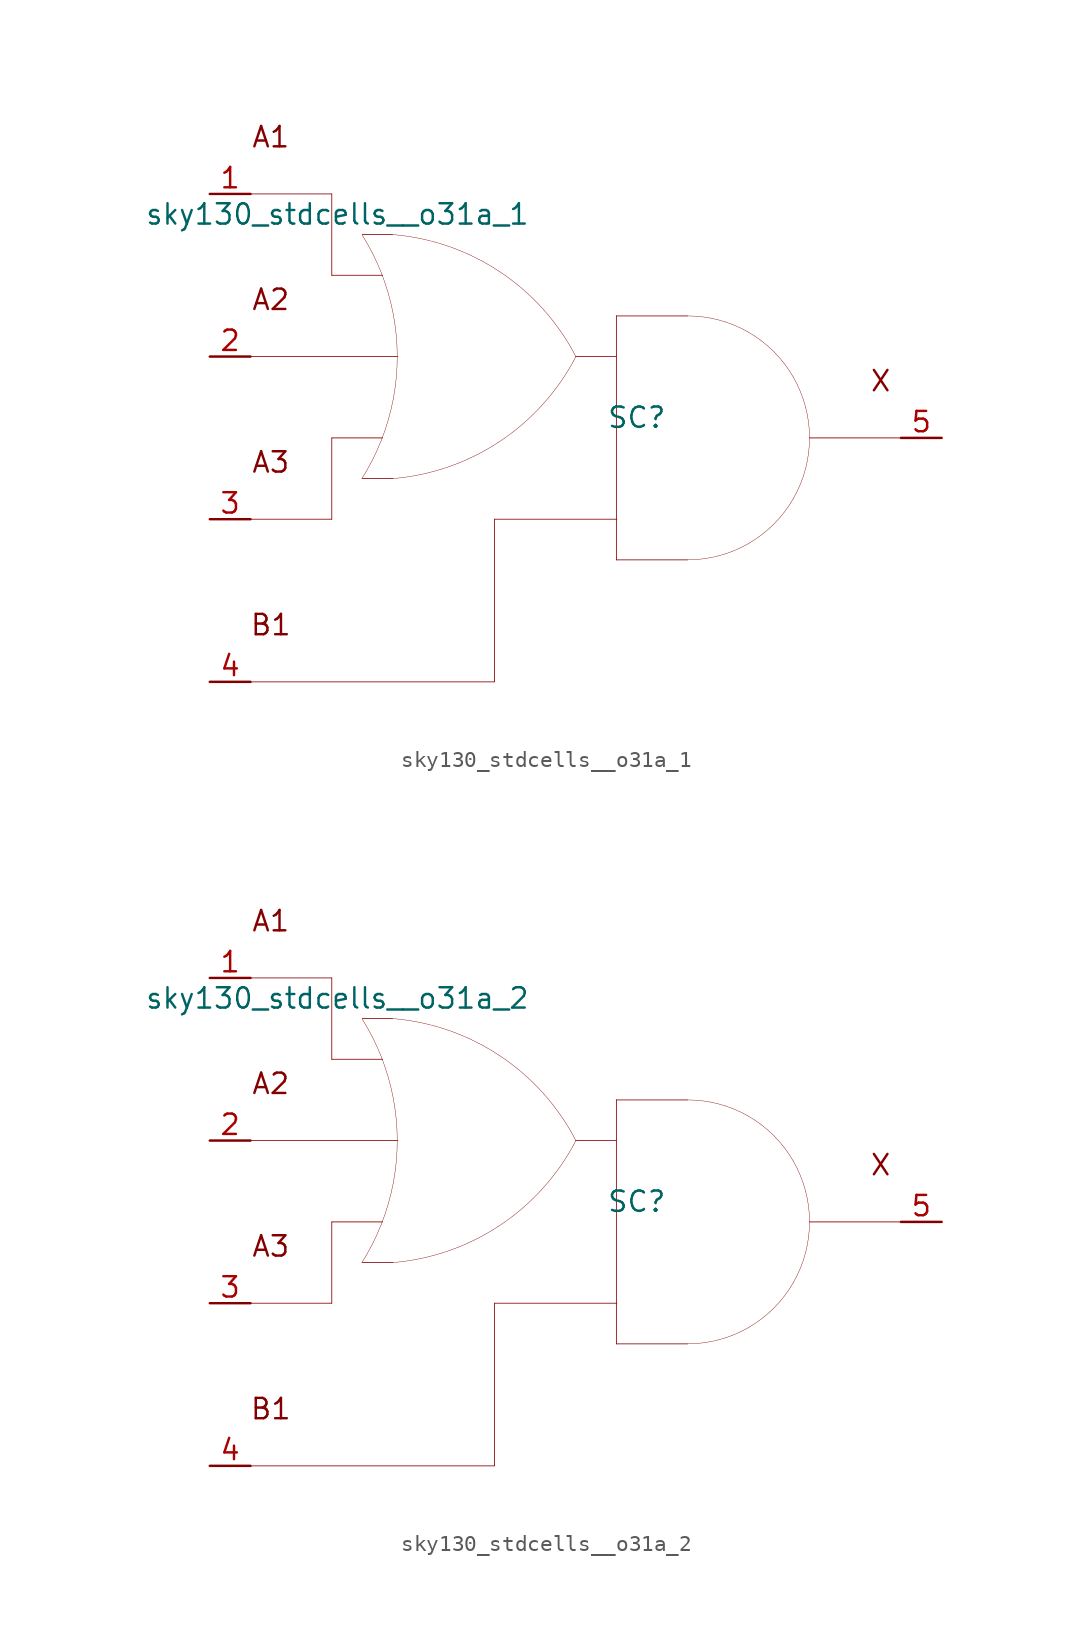
<source format=kicad_sym>
(kicad_symbol_lib
  (version 20211014)
  (generator kicad_symbol_editor)
  (symbol "sky130_stdcells__o31a_1"
    (pin_names hide)
    (property "Reference" "SC"
      (at 3.81 1.27 0)
      (effects (font (size 1.27 1.27))))
    (property "Value" "sky130_stdcells__o31a_1"
      (at -2.845 13.97 0)
      (effects (font (size 1.27 1.27)) (justify right)))
    (symbol "sky130_stdcells__o31a_1_0_0"
      (arc (start -13.3555 -2.5342) (mid -12.698 -1.378) (end -12.1512 -0.1656) (stroke (width 0.0254) (type default) (color 0 0 0 0)) (fill (type none)))
      (arc (start -12.1512 -0.1656) (mid -11.7163 1.1045) (end -11.403 2.4099) (stroke (width 0.0254) (type default) (color 0 0 0 0)) (fill (type none)))
      (arc (start -12.133 10.2793) (mid -12.6812 11.5048) (end -13.3423 12.6732) (stroke (width 0.0254) (type default) (color 0 0 0 0)) (fill (type none)))
      (arc (start -11.435 -2.5431) (mid -4.741 -0.2186) (end -0.0041 5.0516) (stroke (width 0.0254) (type default) (color 0 0 0 0)) (fill (type none)))
      (arc (start -11.403 2.4099) (mid -11.2138 3.739) (end -11.1506 5.08) (stroke (width 0.0254) (type default) (color 0 0 0 0)) (fill (type none)))
      (arc (start -11.3984 7.7256) (mid -11.7061 9.0196) (end -12.133 10.2793) (stroke (width 0.0254) (type default) (color 0 0 0 0)) (fill (type none)))
      (arc (start -11.1506 5.08) (mid -11.2127 6.4086) (end -11.3984 7.7256) (stroke (width 0.0254) (type default) (color 0 0 0 0)) (fill (type none)))
      (polyline (pts (xy -20.32 -15.24) (xy -5.08 -15.24)) (stroke (width 0.051) (type default) (color 0 0 0 0)) (fill (type none)))
      (polyline (pts (xy -20.32 -5.08) (xy -15.24 -5.08)) (stroke (width 0.051) (type default) (color 0 0 0 0)) (fill (type none)))
      (polyline (pts (xy -20.32 5.08) (xy -11.125 5.08)) (stroke (width 0.051) (type default) (color 0 0 0 0)) (fill (type none)))
      (polyline (pts (xy -20.32 15.24) (xy -15.24 15.24)) (stroke (width 0.051) (type default) (color 0 0 0 0)) (fill (type none)))
      (polyline (pts (xy -15.24 0) (xy -15.24 -5.08)) (stroke (width 0.051) (type default) (color 0 0 0 0)) (fill (type none)))
      (polyline (pts (xy -15.24 0) (xy -12.065 0)) (stroke (width 0.051) (type default) (color 0 0 0 0)) (fill (type none)))
      (polyline (pts (xy -15.24 10.16) (xy -12.065 10.16)) (stroke (width 0.051) (type default) (color 0 0 0 0)) (fill (type none)))
      (polyline (pts (xy -15.24 15.24) (xy -15.24 10.16)) (stroke (width 0.051) (type default) (color 0 0 0 0)) (fill (type none)))
      (polyline (pts (xy -13.335 -2.54) (xy -11.43 -2.54)) (stroke (width 0.051) (type default) (color 0 0 0 0)) (fill (type none)))
      (polyline (pts (xy -13.335 12.7) (xy -11.43 12.7)) (stroke (width 0.051) (type default) (color 0 0 0 0)) (fill (type none)))
      (polyline (pts (xy -5.08 -5.08) (xy -5.08 -15.24)) (stroke (width 0.051) (type default) (color 0 0 0 0)) (fill (type none)))
      (polyline (pts (xy -5.08 -5.08) (xy 2.565 -5.08)) (stroke (width 0.051) (type default) (color 0 0 0 0)) (fill (type none)))
      (polyline (pts (xy 0 5.08) (xy 2.54 5.08)) (stroke (width 0.051) (type default) (color 0 0 0 0)) (fill (type none)))
      (polyline (pts (xy 2.54 -7.62) (xy 6.985 -7.62)) (stroke (width 0.051) (type default) (color 0 0 0 0)) (fill (type none)))
      (polyline (pts (xy 2.54 7.62) (xy 2.54 -7.62)) (stroke (width 0.051) (type default) (color 0 0 0 0)) (fill (type none)))
      (polyline (pts (xy 2.54 7.62) (xy 6.985 7.62)) (stroke (width 0.051) (type default) (color 0 0 0 0)) (fill (type none)))
      (polyline (pts (xy 14.605 0) (xy 20.32 0)) (stroke (width 0.051) (type default) (color 0 0 0 0)) (fill (type none)))
      (arc (start 0.0187 5.0644) (mid -4.6998 10.351) (end -11.3856 12.6989) (stroke (width 0.0254) (type default) (color 0 0 0 0)) (fill (type none)))
      (arc (start 6.985 -7.62) (mid 8.9572 -7.3604) (end 10.795 -6.5991) (stroke (width 0.0254) (type default) (color 0 0 0 0)) (fill (type none)))
      (arc (start 10.795 -6.5991) (mid 12.3731 -5.3881) (end 13.5841 -3.81) (stroke (width 0.0254) (type default) (color 0 0 0 0)) (fill (type none)))
      (arc (start 10.795 6.5991) (mid 8.9572 7.3603) (end 6.985 7.62) (stroke (width 0.0254) (type default) (color 0 0 0 0)) (fill (type none)))
      (arc (start 13.5841 -3.81) (mid 14.3453 -1.9722) (end 14.605 0) (stroke (width 0.0254) (type default) (color 0 0 0 0)) (fill (type none)))
      (arc (start 13.5841 3.81) (mid 12.3731 5.3881) (end 10.795 6.5991) (stroke (width 0.0254) (type default) (color 0 0 0 0)) (fill (type none)))
      (arc (start 14.605 0) (mid 14.3454 1.9722) (end 13.5841 3.81) (stroke (width 0.0254) (type default) (color 0 0 0 0)) (fill (type none)))
      (text "A1" (at -19.05 18.796 0) (effects (font (size 1.27 1.27))))
      (text "A2" (at -19.05 8.636 0) (effects (font (size 1.27 1.27))))
      (text "A3" (at -19.05 -1.524 0) (effects (font (size 1.27 1.27))))
      (text "B1" (at -19.05 -11.684 0) (effects (font (size 1.27 1.27))))
      (text "X" (at 19.05 3.556 0) (effects (font (size 1.27 1.27)))))
    (symbol "sky130_stdcells__o31a_1_1_1"
      (pin input line (at -22.86 15.24 0) (length 2.54) (name "A1" (effects (font (size 1.092 1.092)))) (number "1" (effects (font (size 1.27 1.27)))))
      (pin input line (at -22.86 5.08 0) (length 2.54) (name "A2" (effects (font (size 1.092 1.092)))) (number "2" (effects (font (size 1.27 1.27)))))
      (pin input line (at -22.86 -5.08 0) (length 2.54) (name "A3" (effects (font (size 1.092 1.092)))) (number "3" (effects (font (size 1.27 1.27)))))
      (pin input line (at -22.86 -15.24 0) (length 2.54) (name "B1" (effects (font (size 1.092 1.092)))) (number "4" (effects (font (size 1.27 1.27)))))
      (pin output line (at 22.86 0 180) (length 2.54) (name "X" (effects (font (size 1.092 1.092)))) (number "5" (effects (font (size 1.27 1.27)))))))
  (symbol "sky130_stdcells__o31a_2"
    (pin_names hide)
    (property "Reference" "SC"
      (at 3.81 1.27 0)
      (effects (font (size 1.27 1.27))))
    (property "Value" "sky130_stdcells__o31a_2"
      (at -2.845 13.97 0)
      (effects (font (size 1.27 1.27)) (justify right)))
    (symbol "sky130_stdcells__o31a_2_0_0"
      (arc (start -13.3555 -2.5342) (mid -12.698 -1.378) (end -12.1512 -0.1656) (stroke (width 0.0254) (type default) (color 0 0 0 0)) (fill (type none)))
      (arc (start -12.1512 -0.1656) (mid -11.7163 1.1045) (end -11.403 2.4099) (stroke (width 0.0254) (type default) (color 0 0 0 0)) (fill (type none)))
      (arc (start -12.133 10.2793) (mid -12.6812 11.5048) (end -13.3423 12.6732) (stroke (width 0.0254) (type default) (color 0 0 0 0)) (fill (type none)))
      (arc (start -11.435 -2.5431) (mid -4.741 -0.2186) (end -0.0041 5.0516) (stroke (width 0.0254) (type default) (color 0 0 0 0)) (fill (type none)))
      (arc (start -11.403 2.4099) (mid -11.2138 3.739) (end -11.1506 5.08) (stroke (width 0.0254) (type default) (color 0 0 0 0)) (fill (type none)))
      (arc (start -11.3984 7.7256) (mid -11.7061 9.0196) (end -12.133 10.2793) (stroke (width 0.0254) (type default) (color 0 0 0 0)) (fill (type none)))
      (arc (start -11.1506 5.08) (mid -11.2127 6.4086) (end -11.3984 7.7256) (stroke (width 0.0254) (type default) (color 0 0 0 0)) (fill (type none)))
      (polyline (pts (xy -20.32 -15.24) (xy -5.08 -15.24)) (stroke (width 0.051) (type default) (color 0 0 0 0)) (fill (type none)))
      (polyline (pts (xy -20.32 -5.08) (xy -15.24 -5.08)) (stroke (width 0.051) (type default) (color 0 0 0 0)) (fill (type none)))
      (polyline (pts (xy -20.32 5.08) (xy -11.125 5.08)) (stroke (width 0.051) (type default) (color 0 0 0 0)) (fill (type none)))
      (polyline (pts (xy -20.32 15.24) (xy -15.24 15.24)) (stroke (width 0.051) (type default) (color 0 0 0 0)) (fill (type none)))
      (polyline (pts (xy -15.24 0) (xy -15.24 -5.08)) (stroke (width 0.051) (type default) (color 0 0 0 0)) (fill (type none)))
      (polyline (pts (xy -15.24 0) (xy -12.065 0)) (stroke (width 0.051) (type default) (color 0 0 0 0)) (fill (type none)))
      (polyline (pts (xy -15.24 10.16) (xy -12.065 10.16)) (stroke (width 0.051) (type default) (color 0 0 0 0)) (fill (type none)))
      (polyline (pts (xy -15.24 15.24) (xy -15.24 10.16)) (stroke (width 0.051) (type default) (color 0 0 0 0)) (fill (type none)))
      (polyline (pts (xy -13.335 -2.54) (xy -11.43 -2.54)) (stroke (width 0.051) (type default) (color 0 0 0 0)) (fill (type none)))
      (polyline (pts (xy -13.335 12.7) (xy -11.43 12.7)) (stroke (width 0.051) (type default) (color 0 0 0 0)) (fill (type none)))
      (polyline (pts (xy -5.08 -5.08) (xy -5.08 -15.24)) (stroke (width 0.051) (type default) (color 0 0 0 0)) (fill (type none)))
      (polyline (pts (xy -5.08 -5.08) (xy 2.565 -5.08)) (stroke (width 0.051) (type default) (color 0 0 0 0)) (fill (type none)))
      (polyline (pts (xy 0 5.08) (xy 2.54 5.08)) (stroke (width 0.051) (type default) (color 0 0 0 0)) (fill (type none)))
      (polyline (pts (xy 2.54 -7.62) (xy 6.985 -7.62)) (stroke (width 0.051) (type default) (color 0 0 0 0)) (fill (type none)))
      (polyline (pts (xy 2.54 7.62) (xy 2.54 -7.62)) (stroke (width 0.051) (type default) (color 0 0 0 0)) (fill (type none)))
      (polyline (pts (xy 2.54 7.62) (xy 6.985 7.62)) (stroke (width 0.051) (type default) (color 0 0 0 0)) (fill (type none)))
      (polyline (pts (xy 14.605 0) (xy 20.32 0)) (stroke (width 0.051) (type default) (color 0 0 0 0)) (fill (type none)))
      (arc (start 0.0187 5.0644) (mid -4.6998 10.351) (end -11.3856 12.6989) (stroke (width 0.0254) (type default) (color 0 0 0 0)) (fill (type none)))
      (arc (start 6.985 -7.62) (mid 8.9572 -7.3604) (end 10.795 -6.5991) (stroke (width 0.0254) (type default) (color 0 0 0 0)) (fill (type none)))
      (arc (start 10.795 -6.5991) (mid 12.3731 -5.3881) (end 13.5841 -3.81) (stroke (width 0.0254) (type default) (color 0 0 0 0)) (fill (type none)))
      (arc (start 10.795 6.5991) (mid 8.9572 7.3603) (end 6.985 7.62) (stroke (width 0.0254) (type default) (color 0 0 0 0)) (fill (type none)))
      (arc (start 13.5841 -3.81) (mid 14.3453 -1.9722) (end 14.605 0) (stroke (width 0.0254) (type default) (color 0 0 0 0)) (fill (type none)))
      (arc (start 13.5841 3.81) (mid 12.3731 5.3881) (end 10.795 6.5991) (stroke (width 0.0254) (type default) (color 0 0 0 0)) (fill (type none)))
      (arc (start 14.605 0) (mid 14.3454 1.9722) (end 13.5841 3.81) (stroke (width 0.0254) (type default) (color 0 0 0 0)) (fill (type none)))
      (text "A1" (at -19.05 18.796 0) (effects (font (size 1.27 1.27))))
      (text "A2" (at -19.05 8.636 0) (effects (font (size 1.27 1.27))))
      (text "A3" (at -19.05 -1.524 0) (effects (font (size 1.27 1.27))))
      (text "B1" (at -19.05 -11.684 0) (effects (font (size 1.27 1.27))))
      (text "X" (at 19.05 3.556 0) (effects (font (size 1.27 1.27)))))
    (symbol "sky130_stdcells__o31a_2_1_1"
      (pin input line (at -22.86 15.24 0) (length 2.54) (name "A1" (effects (font (size 1.092 1.092)))) (number "1" (effects (font (size 1.27 1.27)))))
      (pin input line (at -22.86 5.08 0) (length 2.54) (name "A2" (effects (font (size 1.092 1.092)))) (number "2" (effects (font (size 1.27 1.27)))))
      (pin input line (at -22.86 -5.08 0) (length 2.54) (name "A3" (effects (font (size 1.092 1.092)))) (number "3" (effects (font (size 1.27 1.27)))))
      (pin input line (at -22.86 -15.24 0) (length 2.54) (name "B1" (effects (font (size 1.092 1.092)))) (number "4" (effects (font (size 1.27 1.27)))))
      (pin output line (at 22.86 0 180) (length 2.54) (name "X" (effects (font (size 1.092 1.092)))) (number "5" (effects (font (size 1.27 1.27))))))))
</source>
